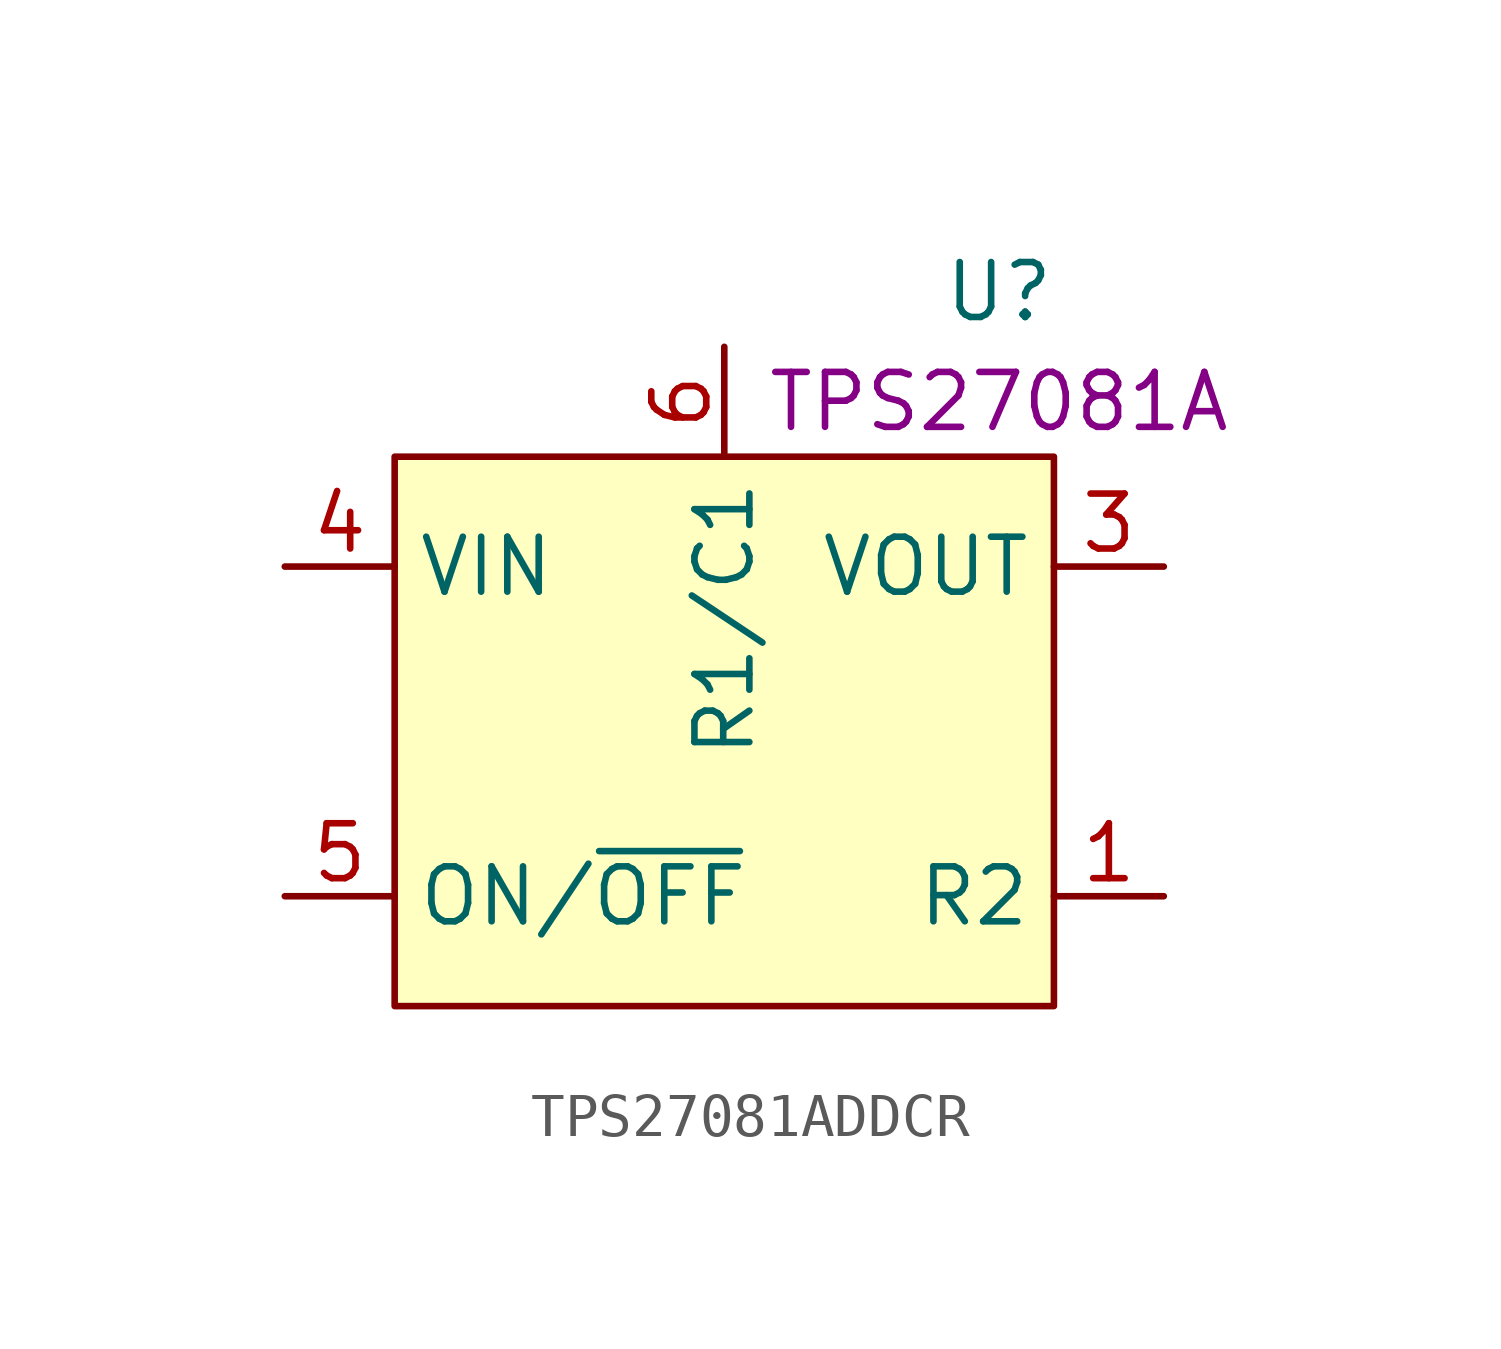
<source format=kicad_sym>
(kicad_symbol_lib
  (version 20220914)
  (generator kicad_symbol_editor)
  (symbol "TPS27081ADDCR"
    (property "Reference" "U"
      (at 6.35 10.16 0)
      (effects (font (size 1.27 1.27))))
    (property "UserValue" "TPS27081A"
      (at 6.35 7.62 0)
      (effects (font (size 1.27 1.27))))
    (symbol "TPS27081ADDCR_0_0"
      (pin output line (at 10.16 -3.81 180) (length 2.54) (name "R2" (effects (font (size 1.27 1.27)))) (number "1" (effects (font (size 1.27 1.27)))))
      (pin power_out line (at 10.16 3.81 180) (length 2.54) (name "VOUT" (effects (font (size 1.27 1.27)))) (number "3" (effects (font (size 1.27 1.27)))))
      (pin power_in line (at -10.16 3.81 0) (length 2.54) (name "VIN" (effects (font (size 1.27 1.27)))) (number "4" (effects (font (size 1.27 1.27)))))
      (pin input line (at 0 8.89 270) (length 2.54) (name "R1/C1" (effects (font (size 1.27 1.27)))) (number "6" (effects (font (size 1.27 1.27))))))
    (symbol "TPS27081ADDCR_1_0"
      (pin passive line (at 10.16 3.81 180) (length 2.54) hide (name "VOUT" (effects (font (size 1.27 1.27)))) (number "2" (effects (font (size 1.27 1.27)))))
      (pin input line (at -10.16 -3.81 0) (length 2.54) (name "ON/~{OFF}" (effects (font (size 1.27 1.27)))) (number "5" (effects (font (size 1.27 1.27))))))
    (symbol "TPS27081ADDCR_1_1"
      (rectangle (start -7.62 6.35) (end 7.62 -6.35) (stroke (width 0) (type default)) (fill (type background))))))
</source>
